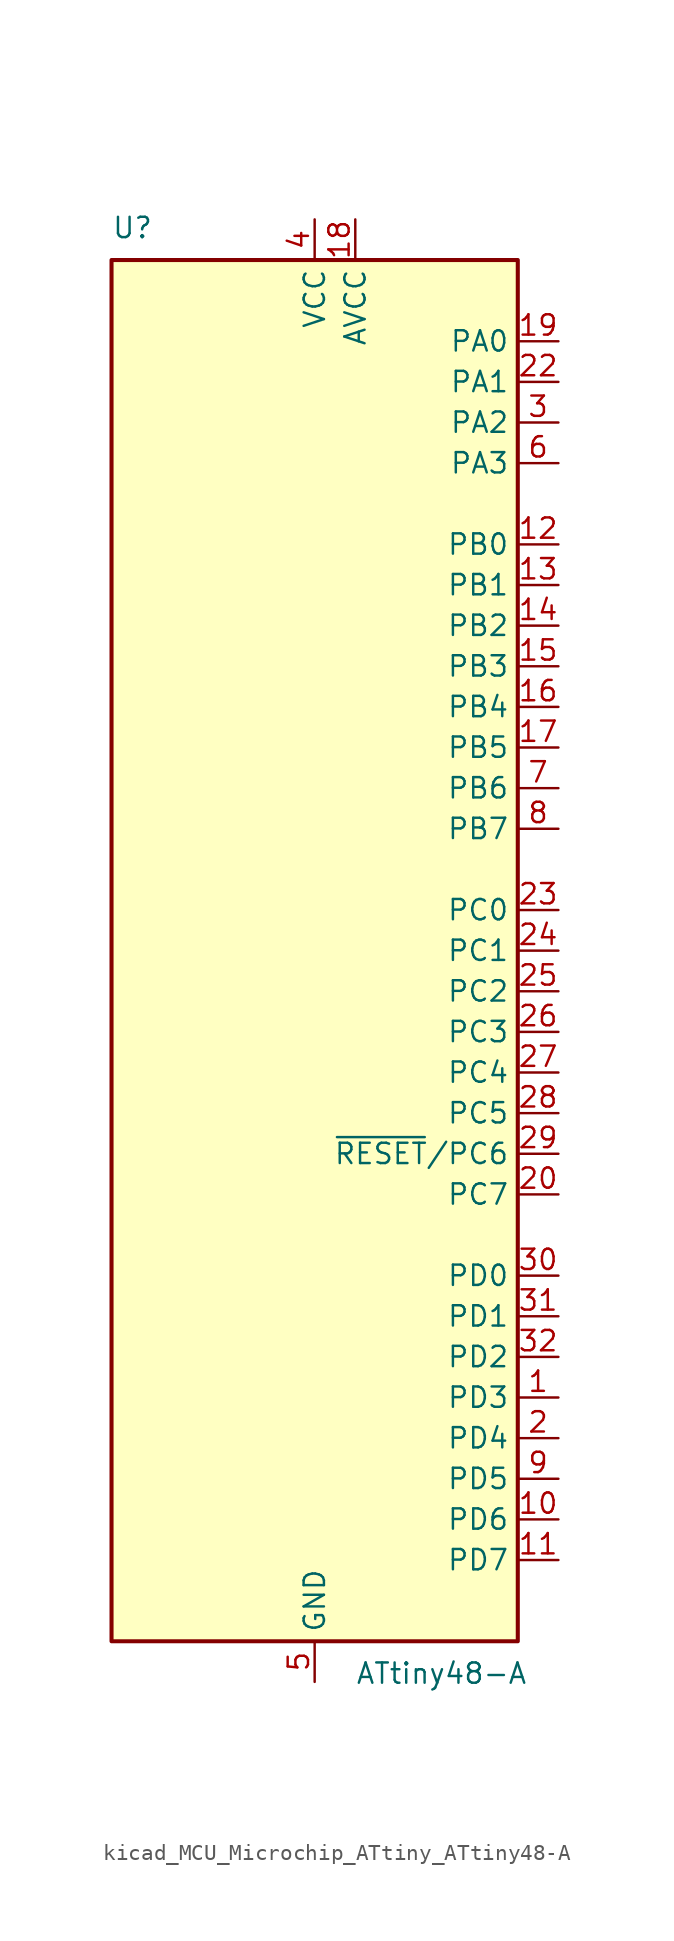
<source format=kicad_sym>
(kicad_symbol_lib
  (version 20220914)
  (generator kicad_symbol_editor)
  (symbol "kicad_MCU_Microchip_ATtiny_ATtiny48-A"
    (property "Reference" "U"
      (at -12.7 44.45 0)
      (effects (font (size 1.27 1.27)) (justify left bottom)))
    (property "Value" "ATtiny48-A"
      (at 2.54 -44.45 0)
      (effects (font (size 1.27 1.27)) (justify left top)))
    (symbol "kicad_MCU_Microchip_ATtiny_ATtiny48-A_0_1"
      (rectangle (start -12.7 -43.18) (end 12.7 43.18) (stroke (width 0.254) (type default)) (fill (type background))))
    (symbol "kicad_MCU_Microchip_ATtiny_ATtiny48-A_1_1"
      (pin bidirectional line (at 15.24 -27.94 180) (length 2.54) (name "PD3" (effects (font (size 1.27 1.27)))) (number "1" (effects (font (size 1.27 1.27)))))
      (pin bidirectional line (at 15.24 -35.56 180) (length 2.54) (name "PD6" (effects (font (size 1.27 1.27)))) (number "10" (effects (font (size 1.27 1.27)))))
      (pin bidirectional line (at 15.24 -38.1 180) (length 2.54) (name "PD7" (effects (font (size 1.27 1.27)))) (number "11" (effects (font (size 1.27 1.27)))))
      (pin bidirectional line (at 15.24 25.4 180) (length 2.54) (name "PB0" (effects (font (size 1.27 1.27)))) (number "12" (effects (font (size 1.27 1.27)))))
      (pin bidirectional line (at 15.24 22.86 180) (length 2.54) (name "PB1" (effects (font (size 1.27 1.27)))) (number "13" (effects (font (size 1.27 1.27)))))
      (pin bidirectional line (at 15.24 20.32 180) (length 2.54) (name "PB2" (effects (font (size 1.27 1.27)))) (number "14" (effects (font (size 1.27 1.27)))))
      (pin bidirectional line (at 15.24 17.78 180) (length 2.54) (name "PB3" (effects (font (size 1.27 1.27)))) (number "15" (effects (font (size 1.27 1.27)))))
      (pin bidirectional line (at 15.24 15.24 180) (length 2.54) (name "PB4" (effects (font (size 1.27 1.27)))) (number "16" (effects (font (size 1.27 1.27)))))
      (pin bidirectional line (at 15.24 12.7 180) (length 2.54) (name "PB5" (effects (font (size 1.27 1.27)))) (number "17" (effects (font (size 1.27 1.27)))))
      (pin power_in line (at 2.54 45.72 270) (length 2.54) (name "AVCC" (effects (font (size 1.27 1.27)))) (number "18" (effects (font (size 1.27 1.27)))))
      (pin bidirectional line (at 15.24 38.1 180) (length 2.54) (name "PA0" (effects (font (size 1.27 1.27)))) (number "19" (effects (font (size 1.27 1.27)))))
      (pin bidirectional line (at 15.24 -30.48 180) (length 2.54) (name "PD4" (effects (font (size 1.27 1.27)))) (number "2" (effects (font (size 1.27 1.27)))))
      (pin bidirectional line (at 15.24 -15.24 180) (length 2.54) (name "PC7" (effects (font (size 1.27 1.27)))) (number "20" (effects (font (size 1.27 1.27)))))
      (pin passive line (at 0 -45.72 90) (length 2.54) hide (name "GND" (effects (font (size 1.27 1.27)))) (number "21" (effects (font (size 1.27 1.27)))))
      (pin bidirectional line (at 15.24 35.56 180) (length 2.54) (name "PA1" (effects (font (size 1.27 1.27)))) (number "22" (effects (font (size 1.27 1.27)))))
      (pin bidirectional line (at 15.24 2.54 180) (length 2.54) (name "PC0" (effects (font (size 1.27 1.27)))) (number "23" (effects (font (size 1.27 1.27)))))
      (pin bidirectional line (at 15.24 0 180) (length 2.54) (name "PC1" (effects (font (size 1.27 1.27)))) (number "24" (effects (font (size 1.27 1.27)))))
      (pin bidirectional line (at 15.24 -2.54 180) (length 2.54) (name "PC2" (effects (font (size 1.27 1.27)))) (number "25" (effects (font (size 1.27 1.27)))))
      (pin bidirectional line (at 15.24 -5.08 180) (length 2.54) (name "PC3" (effects (font (size 1.27 1.27)))) (number "26" (effects (font (size 1.27 1.27)))))
      (pin bidirectional line (at 15.24 -7.62 180) (length 2.54) (name "PC4" (effects (font (size 1.27 1.27)))) (number "27" (effects (font (size 1.27 1.27)))))
      (pin bidirectional line (at 15.24 -10.16 180) (length 2.54) (name "PC5" (effects (font (size 1.27 1.27)))) (number "28" (effects (font (size 1.27 1.27)))))
      (pin bidirectional line (at 15.24 -12.7 180) (length 2.54) (name "~{RESET}/PC6" (effects (font (size 1.27 1.27)))) (number "29" (effects (font (size 1.27 1.27)))))
      (pin bidirectional line (at 15.24 33.02 180) (length 2.54) (name "PA2" (effects (font (size 1.27 1.27)))) (number "3" (effects (font (size 1.27 1.27)))))
      (pin bidirectional line (at 15.24 -20.32 180) (length 2.54) (name "PD0" (effects (font (size 1.27 1.27)))) (number "30" (effects (font (size 1.27 1.27)))))
      (pin bidirectional line (at 15.24 -22.86 180) (length 2.54) (name "PD1" (effects (font (size 1.27 1.27)))) (number "31" (effects (font (size 1.27 1.27)))))
      (pin bidirectional line (at 15.24 -25.4 180) (length 2.54) (name "PD2" (effects (font (size 1.27 1.27)))) (number "32" (effects (font (size 1.27 1.27)))))
      (pin power_in line (at 0 45.72 270) (length 2.54) (name "VCC" (effects (font (size 1.27 1.27)))) (number "4" (effects (font (size 1.27 1.27)))))
      (pin power_in line (at 0 -45.72 90) (length 2.54) (name "GND" (effects (font (size 1.27 1.27)))) (number "5" (effects (font (size 1.27 1.27)))))
      (pin bidirectional line (at 15.24 30.48 180) (length 2.54) (name "PA3" (effects (font (size 1.27 1.27)))) (number "6" (effects (font (size 1.27 1.27)))))
      (pin bidirectional line (at 15.24 10.16 180) (length 2.54) (name "PB6" (effects (font (size 1.27 1.27)))) (number "7" (effects (font (size 1.27 1.27)))))
      (pin bidirectional line (at 15.24 7.62 180) (length 2.54) (name "PB7" (effects (font (size 1.27 1.27)))) (number "8" (effects (font (size 1.27 1.27)))))
      (pin bidirectional line (at 15.24 -33.02 180) (length 2.54) (name "PD5" (effects (font (size 1.27 1.27)))) (number "9" (effects (font (size 1.27 1.27))))))))
</source>
